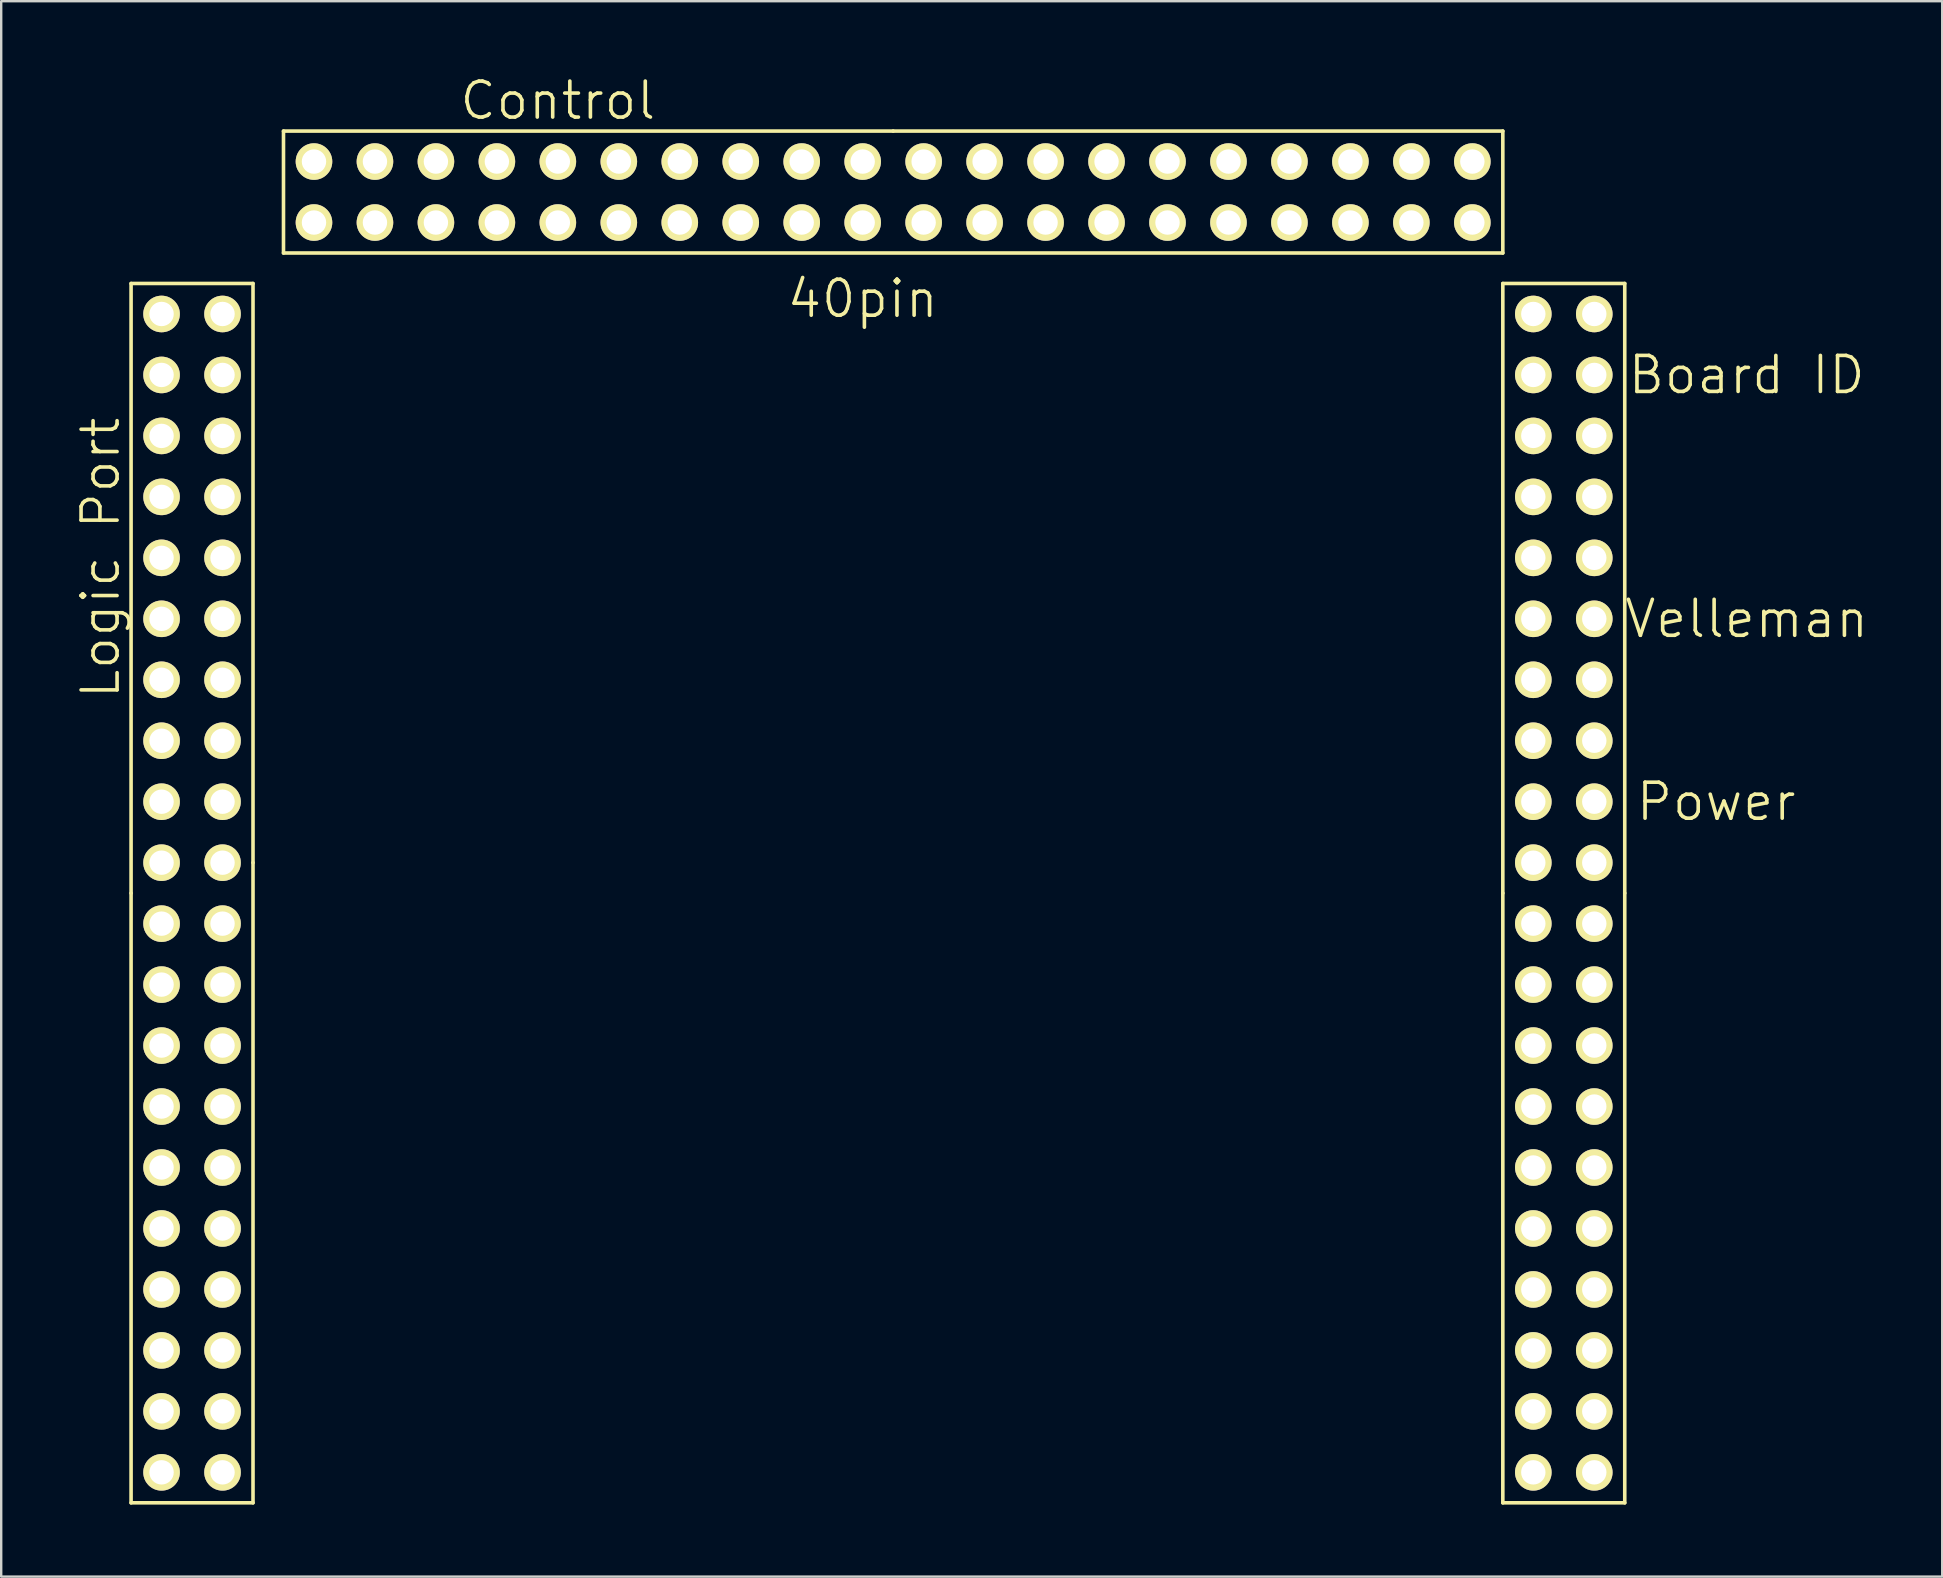
<source format=kicad_pcb>
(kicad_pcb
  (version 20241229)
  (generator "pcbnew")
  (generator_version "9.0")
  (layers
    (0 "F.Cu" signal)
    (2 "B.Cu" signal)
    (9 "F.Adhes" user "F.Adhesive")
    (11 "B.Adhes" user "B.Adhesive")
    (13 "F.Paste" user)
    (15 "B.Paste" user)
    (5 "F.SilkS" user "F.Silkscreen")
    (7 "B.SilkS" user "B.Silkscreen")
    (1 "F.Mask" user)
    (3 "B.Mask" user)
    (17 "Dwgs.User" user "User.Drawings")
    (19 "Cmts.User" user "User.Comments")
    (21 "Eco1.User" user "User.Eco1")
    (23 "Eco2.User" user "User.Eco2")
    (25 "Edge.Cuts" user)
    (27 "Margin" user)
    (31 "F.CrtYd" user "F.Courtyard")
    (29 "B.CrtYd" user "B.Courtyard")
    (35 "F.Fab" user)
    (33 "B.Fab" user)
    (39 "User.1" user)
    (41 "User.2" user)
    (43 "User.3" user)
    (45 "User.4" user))
  (footprint "40pin"
    (layer "F.Cu")
    (at 21.461 22.731)
    (property "Reference" "40pin" (at 11.43 -13.335 0) (layer "F.SilkS") (effects (font (size 1.5 1.5) (thickness 0.15))))
    (attr through_hole)
    (fp_line (start -19.05 -13.97) (end -19.05 11.43) (stroke (width 0.15) (type solid)) (layer "F.SilkS"))
    (fp_line (start -19.05 36.83) (end -19.05 11.43) (stroke (width 0.15) (type solid)) (layer "F.SilkS"))
    (fp_line (start -13.97 -13.97) (end -19.05 -13.97) (stroke (width 0.15) (type solid)) (layer "F.SilkS"))
    (fp_line (start -13.97 10.16) (end -13.97 -13.97) (stroke (width 0.15) (type solid)) (layer "F.SilkS"))
    (fp_line (start -13.97 10.16) (end -13.97 36.83) (stroke (width 0.15) (type solid)) (layer "F.SilkS"))
    (fp_line (start -13.97 36.83) (end -19.05 36.83) (stroke (width 0.15) (type solid)) (layer "F.SilkS"))
    (fp_line (start -12.7 -20.32) (end -12.7 -15.24) (stroke (width 0.15) (type solid)) (layer "F.SilkS"))
    (fp_line (start 12.7 -20.32) (end -12.7 -20.32) (stroke (width 0.15) (type solid)) (layer "F.SilkS"))
    (fp_line (start 12.7 -20.32) (end 38.1 -20.32) (stroke (width 0.15) (type solid)) (layer "F.SilkS"))
    (fp_line (start 38.1 -20.32) (end 38.1 -15.24) (stroke (width 0.15) (type solid)) (layer "F.SilkS"))
    (fp_line (start 38.1 -15.24) (end -12.7 -15.24) (stroke (width 0.15) (type solid)) (layer "F.SilkS"))
    (fp_line (start 38.1 -13.97) (end 43.18 -13.97) (stroke (width 0.15) (type solid)) (layer "F.SilkS"))
    (fp_line (start 38.1 11.43) (end 38.1 -13.97) (stroke (width 0.15) (type solid)) (layer "F.SilkS"))
    (fp_line (start 38.1 36.83) (end 38.1 11.43) (stroke (width 0.15) (type solid)) (layer "F.SilkS"))
    (fp_line (start 43.18 -13.97) (end 43.18 11.43) (stroke (width 0.15) (type solid)) (layer "F.SilkS"))
    (fp_line (start 43.18 11.43) (end 43.18 36.83) (stroke (width 0.15) (type solid)) (layer "F.SilkS"))
    (fp_line (start 43.18 36.83) (end 38.1 36.83) (stroke (width 0.15) (type solid)) (layer "F.SilkS"))
    (fp_text user "Logic Port" (at -20.32 -2.54 90) (layer "F.SilkS") (effects (font (size 1.5 1.5) (thickness 0.15))))
    (fp_text user "Board ID" (at 48.26 -10.16 0) (layer "F.SilkS") (effects (font (size 1.5 1.5) (thickness 0.15))))
    (fp_text user "Velleman" (at 48.26 0 0) (layer "F.SilkS") (effects (font (size 1.5 1.5) (thickness 0.15))))
    (fp_text user "Control" (at -1.27 -21.59 0) (layer "F.SilkS") (effects (font (size 1.5 1.5) (thickness 0.15))))
    (fp_text user "Power" (at 46.99 7.62 0) (layer "F.SilkS") (effects (font (size 1.5 1.5) (thickness 0.15))))
    (pad "+5" thru_hole circle (at 39.37 27.94) (size 1.524 1.524) (drill 1.016) (layers "*.Cu" "*.Mask" "F.SilkS"))
    (pad "+5" thru_hole circle (at 39.37 30.48) (size 1.524 1.524) (drill 1.016) (layers "*.Cu" "*.Mask" "F.SilkS"))
    (pad "+15" thru_hole circle (at 39.37 17.78) (size 1.524 1.524) (drill 1.016) (layers "*.Cu" "*.Mask" "F.SilkS"))
    (pad "+15" thru_hole circle (at 39.37 20.32) (size 1.524 1.524) (drill 1.016) (layers "*.Cu" "*.Mask" "F.SilkS"))
    (pad "-5" thru_hole circle (at 39.37 33.02) (size 1.524 1.524) (drill 1.016) (layers "*.Cu" "*.Mask" "F.SilkS"))
    (pad "-5" thru_hole circle (at 39.37 35.56) (size 1.524 1.524) (drill 1.016) (layers "*.Cu" "*.Mask" "F.SilkS"))
    (pad "-15" thru_hole circle (at 39.37 22.86) (size 1.524 1.524) (drill 1.016) (layers "*.Cu" "*.Mask" "F.SilkS"))
    (pad "-15" thru_hole circle (at 39.37 25.4) (size 1.524 1.524) (drill 1.016) (layers "*.Cu" "*.Mask" "F.SilkS"))
    (pad "1" thru_hole circle (at -17.78 -12.7) (size 1.524 1.524) (drill 1.016) (layers "*.Cu" "*.Mask" "F.SilkS"))
    (pad "2" thru_hole circle (at -15.24 -12.7) (size 1.524 1.524) (drill 1.016) (layers "*.Cu" "*.Mask" "F.SilkS"))
    (pad "3" thru_hole circle (at -17.78 -10.16) (size 1.524 1.524) (drill 1.016) (layers "*.Cu" "*.Mask" "F.SilkS"))
    (pad "4" thru_hole circle (at -15.24 -10.16) (size 1.524 1.524) (drill 1.016) (layers "*.Cu" "*.Mask" "F.SilkS"))
    (pad "5" thru_hole circle (at -17.78 -7.62) (size 1.524 1.524) (drill 1.016) (layers "*.Cu" "*.Mask" "F.SilkS"))
    (pad "6" thru_hole circle (at -15.24 -7.62) (size 1.524 1.524) (drill 1.016) (layers "*.Cu" "*.Mask" "F.SilkS"))
    (pad "7" thru_hole circle (at -17.78 -5.08) (size 1.524 1.524) (drill 1.016) (layers "*.Cu" "*.Mask" "F.SilkS"))
    (pad "8" thru_hole circle (at -15.24 -5.08) (size 1.524 1.524) (drill 1.016) (layers "*.Cu" "*.Mask" "F.SilkS"))
    (pad "9" thru_hole circle (at -17.78 -2.54) (size 1.524 1.524) (drill 1.016) (layers "*.Cu" "*.Mask" "F.SilkS"))
    (pad "10" thru_hole circle (at -15.24 -2.54) (size 1.524 1.524) (drill 1.016) (layers "*.Cu" "*.Mask" "F.SilkS"))
    (pad "11" thru_hole circle (at -17.78 0) (size 1.524 1.524) (drill 1.016) (layers "*.Cu" "*.Mask" "F.SilkS"))
    (pad "12" thru_hole circle (at -15.24 0) (size 1.524 1.524) (drill 1.016) (layers "*.Cu" "*.Mask" "F.SilkS"))
    (pad "13" thru_hole circle (at -17.78 2.54) (size 1.524 1.524) (drill 1.016) (layers "*.Cu" "*.Mask" "F.SilkS"))
    (pad "14" thru_hole circle (at -15.24 2.54) (size 1.524 1.524) (drill 1.016) (layers "*.Cu" "*.Mask" "F.SilkS"))
    (pad "15" thru_hole circle (at -17.78 5.08) (size 1.524 1.524) (drill 1.016) (layers "*.Cu" "*.Mask" "F.SilkS"))
    (pad "16" thru_hole circle (at -15.24 5.08) (size 1.524 1.524) (drill 1.016) (layers "*.Cu" "*.Mask" "F.SilkS"))
    (pad "17" thru_hole circle (at -17.78 7.62) (size 1.524 1.524) (drill 1.016) (layers "*.Cu" "*.Mask" "F.SilkS"))
    (pad "18" thru_hole circle (at -15.24 7.62) (size 1.524 1.524) (drill 1.016) (layers "*.Cu" "*.Mask" "F.SilkS"))
    (pad "19" thru_hole circle (at -17.78 10.16) (size 1.524 1.524) (drill 1.016) (layers "*.Cu" "*.Mask" "F.SilkS"))
    (pad "20" thru_hole circle (at -15.24 10.16) (size 1.524 1.524) (drill 1.016) (layers "*.Cu" "*.Mask" "F.SilkS"))
    (pad "21" thru_hole circle (at -17.78 12.7 90) (size 1.524 1.524) (drill 1.016) (layers "*.Cu" "*.Mask" "F.SilkS"))
    (pad "22" thru_hole circle (at -15.24 12.7 90) (size 1.524 1.524) (drill 1.016) (layers "*.Cu" "*.Mask" "F.SilkS"))
    (pad "23" thru_hole circle (at -17.78 15.24 90) (size 1.524 1.524) (drill 1.016) (layers "*.Cu" "*.Mask" "F.SilkS"))
    (pad "24" thru_hole circle (at -15.24 15.24 90) (size 1.524 1.524) (drill 1.016) (layers "*.Cu" "*.Mask" "F.SilkS"))
    (pad "25" thru_hole circle (at -17.78 17.78 90) (size 1.524 1.524) (drill 1.016) (layers "*.Cu" "*.Mask" "F.SilkS"))
    (pad "26" thru_hole circle (at -15.24 17.78 90) (size 1.524 1.524) (drill 1.016) (layers "*.Cu" "*.Mask" "F.SilkS"))
    (pad "27" thru_hole circle (at -17.78 20.32 90) (size 1.524 1.524) (drill 1.016) (layers "*.Cu" "*.Mask" "F.SilkS"))
    (pad "28" thru_hole circle (at -15.24 20.32 90) (size 1.524 1.524) (drill 1.016) (layers "*.Cu" "*.Mask" "F.SilkS"))
    (pad "29" thru_hole circle (at -17.78 22.86 90) (size 1.524 1.524) (drill 1.016) (layers "*.Cu" "*.Mask" "F.SilkS"))
    (pad "30" thru_hole circle (at -15.24 22.86 90) (size 1.524 1.524) (drill 1.016) (layers "*.Cu" "*.Mask" "F.SilkS"))
    (pad "31" thru_hole circle (at -17.78 25.4 90) (size 1.524 1.524) (drill 1.016) (layers "*.Cu" "*.Mask" "F.SilkS"))
    (pad "32" thru_hole circle (at -15.24 25.4 90) (size 1.524 1.524) (drill 1.016) (layers "*.Cu" "*.Mask" "F.SilkS"))
    (pad "33" thru_hole circle (at -17.78 27.94 90) (size 1.524 1.524) (drill 1.016) (layers "*.Cu" "*.Mask" "F.SilkS"))
    (pad "34" thru_hole circle (at -15.24 27.94 90) (size 1.524 1.524) (drill 1.016) (layers "*.Cu" "*.Mask" "F.SilkS"))
    (pad "35" thru_hole circle (at -17.78 30.48 90) (size 1.524 1.524) (drill 1.016) (layers "*.Cu" "*.Mask" "F.SilkS"))
    (pad "36" thru_hole circle (at -15.24 30.48 90) (size 1.524 1.524) (drill 1.016) (layers "*.Cu" "*.Mask" "F.SilkS"))
    (pad "37" thru_hole circle (at -17.78 33.02 90) (size 1.524 1.524) (drill 1.016) (layers "*.Cu" "*.Mask" "F.SilkS"))
    (pad "38" thru_hole circle (at -15.24 33.02 90) (size 1.524 1.524) (drill 1.016) (layers "*.Cu" "*.Mask" "F.SilkS"))
    (pad "39" thru_hole circle (at -17.78 35.56 90) (size 1.524 1.524) (drill 1.016) (layers "*.Cu" "*.Mask" "F.SilkS"))
    (pad "40" thru_hole circle (at -15.24 35.56 90) (size 1.524 1.524) (drill 1.016) (layers "*.Cu" "*.Mask" "F.SilkS"))
    (pad "A0" thru_hole circle (at 39.37 -10.16) (size 1.524 1.524) (drill 1.016) (layers "*.Cu" "*.Mask" "F.SilkS"))
    (pad "A1" thru_hole circle (at 41.91 -10.16) (size 1.524 1.524) (drill 1.016) (layers "*.Cu" "*.Mask" "F.SilkS"))
    (pad "A2" thru_hole circle (at 39.37 -7.62) (size 1.524 1.524) (drill 1.016) (layers "*.Cu" "*.Mask" "F.SilkS"))
    (pad "A3" thru_hole circle (at 41.91 -7.62) (size 1.524 1.524) (drill 1.016) (layers "*.Cu" "*.Mask" "F.SilkS"))
    (pad "A4" thru_hole circle (at 39.37 -5.08) (size 1.524 1.524) (drill 1.016) (layers "*.Cu" "*.Mask" "F.SilkS"))
    (pad "A5" thru_hole circle (at 41.91 -5.08) (size 1.524 1.524) (drill 1.016) (layers "*.Cu" "*.Mask" "F.SilkS"))
    (pad "A6" thru_hole circle (at 39.37 -2.54) (size 1.524 1.524) (drill 1.016) (layers "*.Cu" "*.Mask" "F.SilkS"))
    (pad "A7" thru_hole circle (at 41.91 -2.54) (size 1.524 1.524) (drill 1.016) (layers "*.Cu" "*.Mask" "F.SilkS"))
    (pad "D4" thru_hole circle (at -11.43 -19.05 90) (size 1.524 1.524) (drill 1.016) (layers "*.Cu" "*.Mask" "F.SilkS"))
    (pad "D5" thru_hole circle (at -8.89 -19.05 90) (size 1.524 1.524) (drill 1.016) (layers "*.Cu" "*.Mask" "F.SilkS"))
    (pad "D6" thru_hole circle (at -6.35 -19.05 90) (size 1.524 1.524) (drill 1.016) (layers "*.Cu" "*.Mask" "F.SilkS"))
    (pad "D7" thru_hole circle (at -3.81 -19.05 90) (size 1.524 1.524) (drill 1.016) (layers "*.Cu" "*.Mask" "F.SilkS"))
    (pad "D8" thru_hole circle (at -1.27 -19.05 90) (size 1.524 1.524) (drill 1.016) (layers "*.Cu" "*.Mask" "F.SilkS"))
    (pad "D9" thru_hole circle (at 1.27 -19.05 90) (size 1.524 1.524) (drill 1.016) (layers "*.Cu" "*.Mask" "F.SilkS"))
    (pad "D10" thru_hole circle (at 3.81 -19.05 90) (size 1.524 1.524) (drill 1.016) (layers "*.Cu" "*.Mask" "F.SilkS"))
    (pad "D11" thru_hole circle (at 6.35 -19.05 90) (size 1.524 1.524) (drill 1.016) (layers "*.Cu" "*.Mask" "F.SilkS"))
    (pad "D12" thru_hole circle (at 8.89 -19.05 90) (size 1.524 1.524) (drill 1.016) (layers "*.Cu" "*.Mask" "F.SilkS"))
    (pad "D13" thru_hole circle (at 11.43 -19.05 90) (size 1.524 1.524) (drill 1.016) (layers "*.Cu" "*.Mask" "F.SilkS"))
    (pad "D22" thru_hole circle (at 13.97 -19.05 90) (size 1.524 1.524) (drill 1.016) (layers "*.Cu" "*.Mask" "F.SilkS"))
    (pad "D23" thru_hole circle (at 16.51 -19.05 90) (size 1.524 1.524) (drill 1.016) (layers "*.Cu" "*.Mask" "F.SilkS"))
    (pad "D24" thru_hole circle (at 19.05 -19.05 90) (size 1.524 1.524) (drill 1.016) (layers "*.Cu" "*.Mask" "F.SilkS"))
    (pad "D25" thru_hole circle (at 21.59 -19.05 90) (size 1.524 1.524) (drill 1.016) (layers "*.Cu" "*.Mask" "F.SilkS"))
    (pad "D26" thru_hole circle (at 24.13 -19.05 90) (size 1.524 1.524) (drill 1.016) (layers "*.Cu" "*.Mask" "F.SilkS"))
    (pad "D27" thru_hole circle (at 26.67 -19.05 90) (size 1.524 1.524) (drill 1.016) (layers "*.Cu" "*.Mask" "F.SilkS"))
    (pad "D28" thru_hole circle (at 29.21 -19.05 90) (size 1.524 1.524) (drill 1.016) (layers "*.Cu" "*.Mask" "F.SilkS"))
    (pad "D29" thru_hole circle (at 31.75 -19.05 90) (size 1.524 1.524) (drill 1.016) (layers "*.Cu" "*.Mask" "F.SilkS"))
    (pad "D30" thru_hole circle (at 34.29 -19.05 90) (size 1.524 1.524) (drill 1.016) (layers "*.Cu" "*.Mask" "F.SilkS"))
    (pad "D31" thru_hole circle (at 36.83 -19.05 90) (size 1.524 1.524) (drill 1.016) (layers "*.Cu" "*.Mask" "F.SilkS"))
    (pad "D32" thru_hole circle (at -11.43 -16.51 90) (size 1.524 1.524) (drill 1.016) (layers "*.Cu" "*.Mask" "F.SilkS"))
    (pad "D33" thru_hole circle (at -8.89 -16.51 90) (size 1.524 1.524) (drill 1.016) (layers "*.Cu" "*.Mask" "F.SilkS"))
    (pad "D34" thru_hole circle (at -6.35 -16.51 90) (size 1.524 1.524) (drill 1.016) (layers "*.Cu" "*.Mask" "F.SilkS"))
    (pad "D35" thru_hole circle (at -3.81 -16.51 90) (size 1.524 1.524) (drill 1.016) (layers "*.Cu" "*.Mask" "F.SilkS"))
    (pad "D36" thru_hole circle (at -1.27 -16.51 90) (size 1.524 1.524) (drill 1.016) (layers "*.Cu" "*.Mask" "F.SilkS"))
    (pad "D37" thru_hole circle (at 1.27 -16.51 90) (size 1.524 1.524) (drill 1.016) (layers "*.Cu" "*.Mask" "F.SilkS"))
    (pad "D38" thru_hole circle (at 3.81 -16.51 90) (size 1.524 1.524) (drill 1.016) (layers "*.Cu" "*.Mask" "F.SilkS"))
    (pad "D39" thru_hole circle (at 6.35 -16.51 90) (size 1.524 1.524) (drill 1.016) (layers "*.Cu" "*.Mask" "F.SilkS"))
    (pad "D40" thru_hole circle (at 8.89 -16.51 90) (size 1.524 1.524) (drill 1.016) (layers "*.Cu" "*.Mask" "F.SilkS"))
    (pad "D41" thru_hole circle (at 11.43 -16.51 90) (size 1.524 1.524) (drill 1.016) (layers "*.Cu" "*.Mask" "F.SilkS"))
    (pad "D42" thru_hole circle (at 13.97 -16.51 90) (size 1.524 1.524) (drill 1.016) (layers "*.Cu" "*.Mask" "F.SilkS"))
    (pad "D43" thru_hole circle (at 16.51 -16.51 90) (size 1.524 1.524) (drill 1.016) (layers "*.Cu" "*.Mask" "F.SilkS"))
    (pad "D44" thru_hole circle (at 19.05 -16.51 90) (size 1.524 1.524) (drill 1.016) (layers "*.Cu" "*.Mask" "F.SilkS"))
    (pad "D45" thru_hole circle (at 21.59 -16.51 90) (size 1.524 1.524) (drill 1.016) (layers "*.Cu" "*.Mask" "F.SilkS"))
    (pad "D46" thru_hole circle (at 24.13 -16.51 90) (size 1.524 1.524) (drill 1.016) (layers "*.Cu" "*.Mask" "F.SilkS"))
    (pad "D47" thru_hole circle (at 26.67 -16.51 90) (size 1.524 1.524) (drill 1.016) (layers "*.Cu" "*.Mask" "F.SilkS"))
    (pad "D50" thru_hole circle (at 29.21 -16.51 90) (size 1.524 1.524) (drill 1.016) (layers "*.Cu" "*.Mask" "F.SilkS"))
    (pad "D51" thru_hole circle (at 31.75 -16.51 90) (size 1.524 1.524) (drill 1.016) (layers "*.Cu" "*.Mask" "F.SilkS"))
    (pad "D52" thru_hole circle (at 34.29 -16.51 90) (size 1.524 1.524) (drill 1.016) (layers "*.Cu" "*.Mask" "F.SilkS"))
    (pad "D53" thru_hole circle (at 36.83 -16.51 90) (size 1.524 1.524) (drill 1.016) (layers "*.Cu" "*.Mask" "F.SilkS"))
    (pad "FG+" thru_hole circle (at 39.37 0) (size 1.524 1.524) (drill 1.016) (layers "*.Cu" "*.Mask" "F.SilkS"))
    (pad "FG-" thru_hole circle (at 41.91 0) (size 1.524 1.524) (drill 1.016) (layers "*.Cu" "*.Mask" "F.SilkS"))
    (pad "GND" thru_hole circle (at 41.91 7.62) (size 1.524 1.524) (drill 1.016) (layers "*.Cu" "*.Mask" "F.SilkS"))
    (pad "GND" thru_hole circle (at 41.91 10.16) (size 1.524 1.524) (drill 1.016) (layers "*.Cu" "*.Mask" "F.SilkS"))
    (pad "GND" thru_hole circle (at 41.91 12.7) (size 1.524 1.524) (drill 1.016) (layers "*.Cu" "*.Mask" "F.SilkS"))
    (pad "GND" thru_hole circle (at 41.91 15.24) (size 1.524 1.524) (drill 1.016) (layers "*.Cu" "*.Mask" "F.SilkS"))
    (pad "GND" thru_hole circle (at 41.91 17.78) (size 1.524 1.524) (drill 1.016) (layers "*.Cu" "*.Mask" "F.SilkS"))
    (pad "GND" thru_hole circle (at 41.91 20.32) (size 1.524 1.524) (drill 1.016) (layers "*.Cu" "*.Mask" "F.SilkS"))
    (pad "GND" thru_hole circle (at 41.91 22.86) (size 1.524 1.524) (drill 1.016) (layers "*.Cu" "*.Mask" "F.SilkS"))
    (pad "GND" thru_hole circle (at 41.91 25.4) (size 1.524 1.524) (drill 1.016) (layers "*.Cu" "*.Mask" "F.SilkS"))
    (pad "GND" thru_hole circle (at 41.91 27.94) (size 1.524 1.524) (drill 1.016) (layers "*.Cu" "*.Mask" "F.SilkS"))
    (pad "GND" thru_hole circle (at 41.91 30.48) (size 1.524 1.524) (drill 1.016) (layers "*.Cu" "*.Mask" "F.SilkS"))
    (pad "GND" thru_hole circle (at 41.91 33.02) (size 1.524 1.524) (drill 1.016) (layers "*.Cu" "*.Mask" "F.SilkS"))
    (pad "GND" thru_hole circle (at 41.91 35.56) (size 1.524 1.524) (drill 1.016) (layers "*.Cu" "*.Mask" "F.SilkS"))
    (pad "S1+" thru_hole circle (at 39.37 2.54) (size 1.524 1.524) (drill 1.016) (layers "*.Cu" "*.Mask" "F.SilkS"))
    (pad "S1-" thru_hole circle (at 41.91 2.54) (size 1.524 1.524) (drill 1.016) (layers "*.Cu" "*.Mask" "F.SilkS"))
    (pad "S2+" thru_hole circle (at 39.37 5.08) (size 1.524 1.524) (drill 1.016) (layers "*.Cu" "*.Mask" "F.SilkS"))
    (pad "S2-" thru_hole circle (at 41.91 5.08) (size 1.524 1.524) (drill 1.016) (layers "*.Cu" "*.Mask" "F.SilkS"))
    (pad "V+" thru_hole circle (at 39.37 7.62) (size 1.524 1.524) (drill 1.016) (layers "*.Cu" "*.Mask" "F.SilkS"))
    (pad "V+" thru_hole circle (at 39.37 10.16) (size 1.524 1.524) (drill 1.016) (layers "*.Cu" "*.Mask" "F.SilkS"))
    (pad "V-" thru_hole circle (at 39.37 12.7) (size 1.524 1.524) (drill 1.016) (layers "*.Cu" "*.Mask" "F.SilkS"))
    (pad "V-" thru_hole circle (at 39.37 15.24) (size 1.524 1.524) (drill 1.016) (layers "*.Cu" "*.Mask" "F.SilkS"))
    (pad "Vdc+" thru_hole circle (at 39.37 -12.7) (size 1.524 1.524) (drill 1.016) (layers "*.Cu" "*.Mask" "F.SilkS"))
    (pad "Vdc-" thru_hole circle (at 41.91 -12.7) (size 1.524 1.524) (drill 1.016) (layers "*.Cu" "*.Mask" "F.SilkS")))
  (gr_rect
    (start -3 -3)
    (end 77.867 62.636)
    (stroke (width 0.1) (type default))
    (fill no)
    (layer "Edge.Cuts")))
</source>
